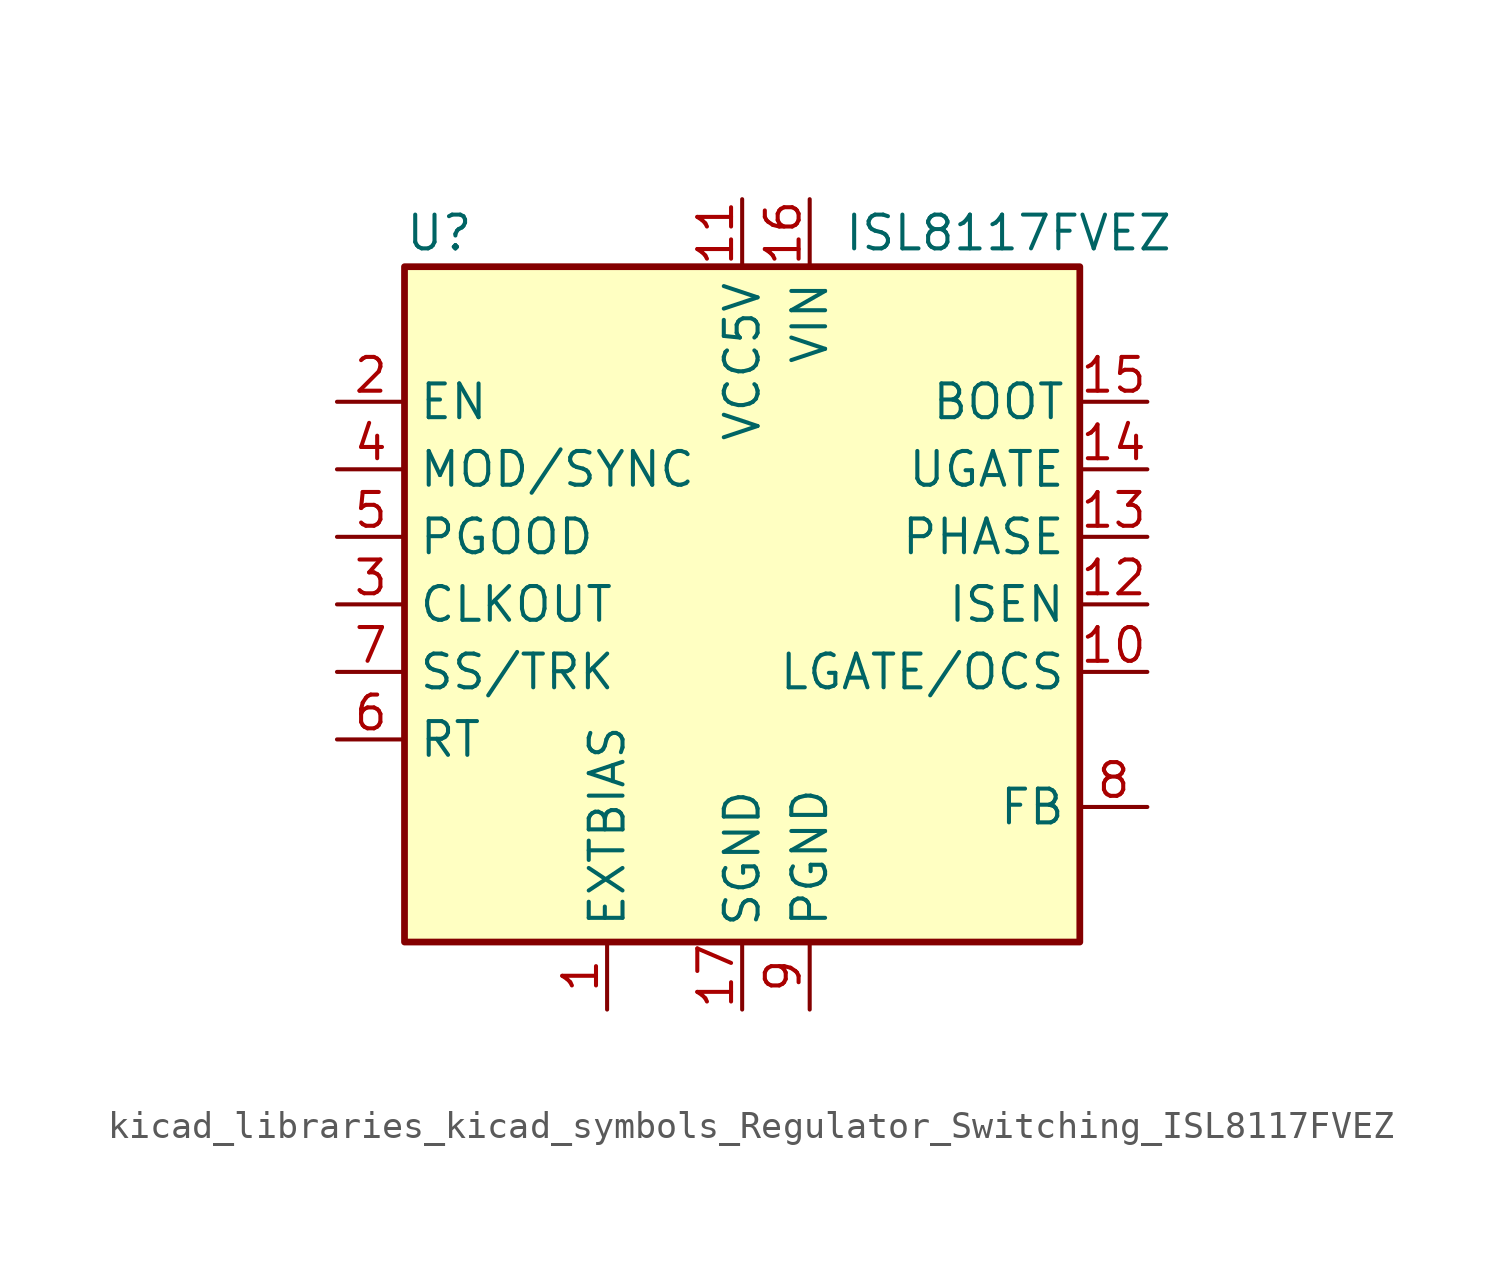
<source format=kicad_sym>
(kicad_symbol_lib
  (version 20220914)
  (generator kicad_symbol_editor)
  (symbol "kicad_libraries_kicad_symbols_Regulator_Switching_ISL8117FVEZ"
    (property "Reference" "U"
      (at -12.7 13.97 0)
      (effects (font (size 1.27 1.27)) (justify left)))
    (property "Value" "ISL8117FVEZ"
      (at 3.81 13.97 0)
      (effects (font (size 1.27 1.27)) (justify left)))
    (symbol "kicad_libraries_kicad_symbols_Regulator_Switching_ISL8117FVEZ_0_1"
      (rectangle (start -12.7 12.7) (end 12.7 -12.7) (stroke (width 0.254) (type default)) (fill (type background))))
    (symbol "kicad_libraries_kicad_symbols_Regulator_Switching_ISL8117FVEZ_1_1"
      (pin input line (at -5.08 -15.24 90) (length 2.54) (name "EXTBIAS" (effects (font (size 1.27 1.27)))) (number "1" (effects (font (size 1.27 1.27)))))
      (pin input line (at 15.24 -2.54 180) (length 2.54) (name "LGATE/OCS" (effects (font (size 1.27 1.27)))) (number "10" (effects (font (size 1.27 1.27)))))
      (pin power_in line (at 0 15.24 270) (length 2.54) (name "VCC5V" (effects (font (size 1.27 1.27)))) (number "11" (effects (font (size 1.27 1.27)))))
      (pin input line (at 15.24 0 180) (length 2.54) (name "ISEN" (effects (font (size 1.27 1.27)))) (number "12" (effects (font (size 1.27 1.27)))))
      (pin input line (at 15.24 2.54 180) (length 2.54) (name "PHASE" (effects (font (size 1.27 1.27)))) (number "13" (effects (font (size 1.27 1.27)))))
      (pin output line (at 15.24 5.08 180) (length 2.54) (name "UGATE" (effects (font (size 1.27 1.27)))) (number "14" (effects (font (size 1.27 1.27)))))
      (pin input line (at 15.24 7.62 180) (length 2.54) (name "BOOT" (effects (font (size 1.27 1.27)))) (number "15" (effects (font (size 1.27 1.27)))))
      (pin power_in line (at 2.54 15.24 270) (length 2.54) (name "VIN" (effects (font (size 1.27 1.27)))) (number "16" (effects (font (size 1.27 1.27)))))
      (pin power_in line (at 0 -15.24 90) (length 2.54) (name "SGND" (effects (font (size 1.27 1.27)))) (number "17" (effects (font (size 1.27 1.27)))))
      (pin input line (at -15.24 7.62 0) (length 2.54) (name "EN" (effects (font (size 1.27 1.27)))) (number "2" (effects (font (size 1.27 1.27)))))
      (pin input line (at -15.24 0 0) (length 2.54) (name "CLKOUT" (effects (font (size 1.27 1.27)))) (number "3" (effects (font (size 1.27 1.27)))))
      (pin input line (at -15.24 5.08 0) (length 2.54) (name "MOD/SYNC" (effects (font (size 1.27 1.27)))) (number "4" (effects (font (size 1.27 1.27)))))
      (pin input line (at -15.24 2.54 0) (length 2.54) (name "PGOOD" (effects (font (size 1.27 1.27)))) (number "5" (effects (font (size 1.27 1.27)))))
      (pin input line (at -15.24 -5.08 0) (length 2.54) (name "RT" (effects (font (size 1.27 1.27)))) (number "6" (effects (font (size 1.27 1.27)))))
      (pin input line (at -15.24 -2.54 0) (length 2.54) (name "SS/TRK" (effects (font (size 1.27 1.27)))) (number "7" (effects (font (size 1.27 1.27)))))
      (pin input line (at 15.24 -7.62 180) (length 2.54) (name "FB" (effects (font (size 1.27 1.27)))) (number "8" (effects (font (size 1.27 1.27)))))
      (pin power_in line (at 2.54 -15.24 90) (length 2.54) (name "PGND" (effects (font (size 1.27 1.27)))) (number "9" (effects (font (size 1.27 1.27))))))))
</source>
